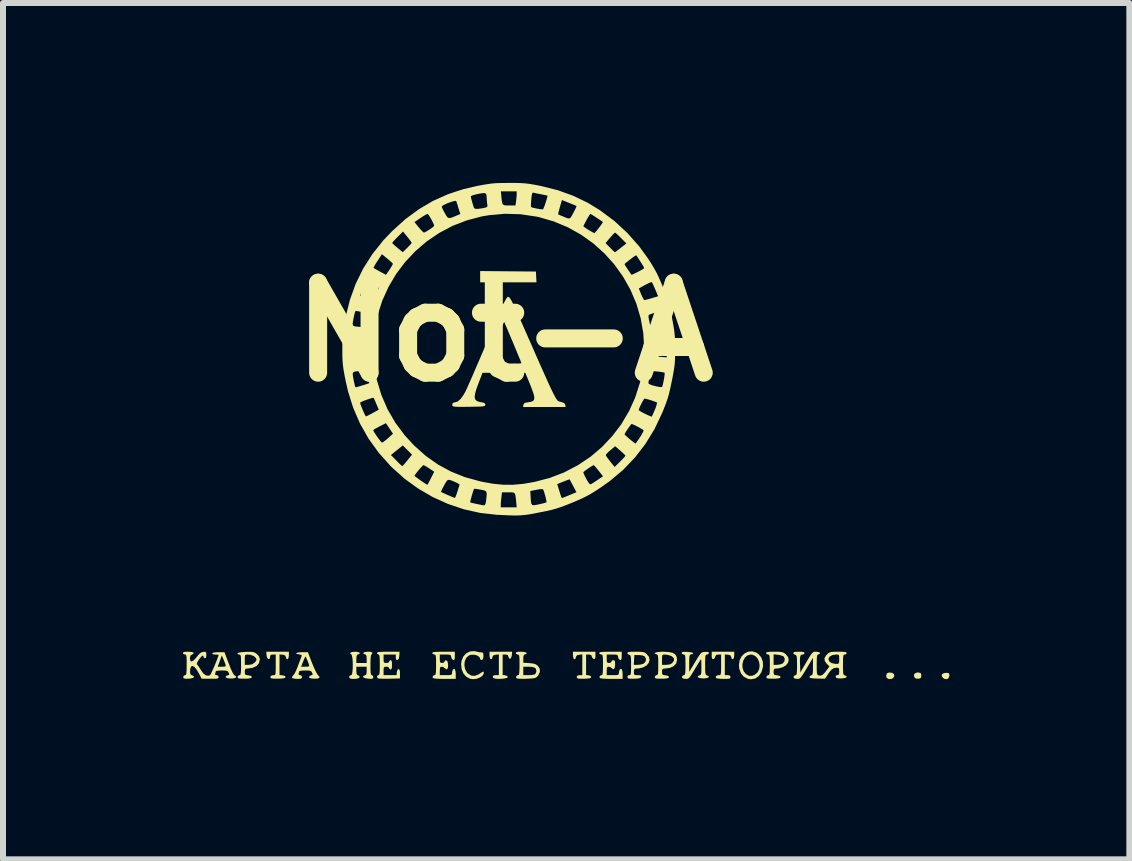
<source format=kicad_pcb>
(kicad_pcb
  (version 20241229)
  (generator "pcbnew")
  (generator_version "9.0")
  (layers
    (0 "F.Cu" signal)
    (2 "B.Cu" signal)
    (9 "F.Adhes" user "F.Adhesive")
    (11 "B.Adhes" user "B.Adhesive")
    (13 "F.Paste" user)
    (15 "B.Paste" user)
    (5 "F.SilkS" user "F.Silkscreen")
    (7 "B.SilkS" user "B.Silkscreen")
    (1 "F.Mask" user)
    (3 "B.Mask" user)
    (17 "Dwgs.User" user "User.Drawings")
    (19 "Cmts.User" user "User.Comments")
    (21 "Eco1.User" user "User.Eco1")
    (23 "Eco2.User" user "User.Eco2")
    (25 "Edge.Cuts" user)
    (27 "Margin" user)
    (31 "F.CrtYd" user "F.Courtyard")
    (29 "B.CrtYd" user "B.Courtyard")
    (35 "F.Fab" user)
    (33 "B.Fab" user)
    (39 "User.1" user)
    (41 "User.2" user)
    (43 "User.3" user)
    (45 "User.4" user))
  (footprint "Not-A"
    (layer "F.Cu")
    (at 5.361 2.485)
    (property "Reference" "Not-A" (at 0 0 0) (layer "F.SilkS") (effects (font (size 1.5 1.5) (thickness 0.3))))
    (attr board_only exclude_from_pos_files exclude_from_bom)
    (fp_poly (pts (xy 0.059 -1.012) (xy 0.524 -1.008) (xy 0.528 -0.918) (xy 0.533 -0.828) (xy 0.063 -0.828) (xy -0.406 -0.828) (xy -0.406 -0.922) (xy -0.406 -1.016)) (stroke (width 0) (type solid)) (fill yes) (layer "F.SilkS"))
    (fp_poly (pts (xy 7.4 5.685) (xy 7.414 5.699) (xy 7.417 5.727) (xy 7.405 5.768) (xy 7.376 5.788) (xy 7.337 5.784) (xy 7.312 5.768) (xy 7.288 5.736) (xy 7.293 5.708) (xy 7.322 5.688) (xy 7.364 5.682)) (stroke (width 0) (type solid)) (fill yes) (layer "F.SilkS"))
    (fp_poly (pts (xy 6.464 5.683) (xy 6.492 5.704) (xy 6.499 5.735) (xy 6.481 5.766) (xy 6.46 5.781) (xy 6.42 5.787) (xy 6.396 5.782) (xy 6.369 5.763) (xy 6.364 5.729) (xy 6.365 5.725) (xy 6.374 5.693) (xy 6.4 5.68) (xy 6.418 5.677)) (stroke (width 0) (type solid)) (fill yes) (layer "F.SilkS"))
    (fp_poly (pts (xy 6.902 5.677) (xy 6.935 5.685) (xy 6.947 5.707) (xy 6.948 5.729) (xy 6.944 5.762) (xy 6.925 5.776) (xy 6.898 5.78) (xy 6.856 5.777) (xy 6.833 5.756) (xy 6.832 5.755) (xy 6.826 5.718) (xy 6.844 5.689) (xy 6.883 5.676)) (stroke (width 0) (type solid)) (fill yes) (layer "F.SilkS"))
    (fp_poly (pts (xy 0.122 5.389) (xy 0.112 5.428) (xy 0.095 5.447) (xy 0.077 5.443) (xy 0.066 5.414) (xy 0.065 5.412) (xy 0.054 5.386) (xy 0.024 5.377) (xy 0.015 5.377) (xy -0.031 5.377) (xy -0.031 5.548) (xy -0.031 5.719) (xy 0.012 5.724) (xy 0.045 5.735) (xy 0.055 5.752) (xy 0.041 5.766) (xy 0.005 5.775) (xy -0.045 5.781) (xy -0.098 5.783) (xy -0.147 5.78) (xy -0.181 5.771) (xy -0.192 5.762) (xy -0.195 5.736) (xy -0.173 5.723) (xy -0.138 5.721) (xy -0.094 5.721) (xy -0.094 5.548) (xy -0.094 5.375) (xy -0.145 5.38) (xy -0.183 5.389) (xy -0.199 5.411) (xy -0.2 5.42) (xy -0.211 5.451) (xy -0.227 5.457) (xy -0.242 5.439) (xy -0.25 5.402) (xy -0.25 5.393) (xy -0.25 5.33) (xy -0.062 5.33) (xy 0.127 5.33)) (stroke (width 0) (type solid)) (fill yes) (layer "F.SilkS"))
    (fp_poly (pts (xy 1.516 5.394) (xy 1.514 5.435) (xy 1.504 5.451) (xy 1.489 5.452) (xy 1.465 5.434) (xy 1.456 5.412) (xy 1.445 5.386) (xy 1.415 5.377) (xy 1.406 5.377) (xy 1.36 5.377) (xy 1.36 5.548) (xy 1.36 5.719) (xy 1.403 5.724) (xy 1.436 5.735) (xy 1.446 5.752) (xy 1.439 5.765) (xy 1.413 5.774) (xy 1.364 5.779) (xy 1.336 5.78) (xy 1.28 5.781) (xy 1.236 5.779) (xy 1.215 5.774) (xy 1.215 5.774) (xy 1.202 5.747) (xy 1.217 5.728) (xy 1.25 5.721) (xy 1.297 5.721) (xy 1.297 5.548) (xy 1.297 5.375) (xy 1.247 5.38) (xy 1.209 5.389) (xy 1.192 5.411) (xy 1.191 5.42) (xy 1.18 5.451) (xy 1.164 5.457) (xy 1.149 5.439) (xy 1.141 5.402) (xy 1.141 5.393) (xy 1.141 5.33) (xy 1.329 5.33) (xy 1.516 5.33)) (stroke (width 0) (type solid)) (fill yes) (layer "F.SilkS"))
    (fp_poly (pts (xy 4.197 5.344) (xy 4.229 5.365) (xy 4.28 5.424) (xy 4.307 5.498) (xy 4.309 5.581) (xy 4.285 5.667) (xy 4.284 5.669) (xy 4.24 5.735) (xy 4.181 5.776) (xy 4.111 5.79) (xy 4.058 5.783) (xy 3.99 5.748) (xy 3.941 5.69) (xy 3.913 5.612) (xy 3.908 5.552) (xy 3.91 5.54) (xy 3.966 5.54) (xy 3.969 5.603) (xy 3.99 5.661) (xy 4.028 5.705) (xy 4.077 5.732) (xy 4.127 5.732) (xy 4.171 5.714) (xy 4.218 5.675) (xy 4.245 5.622) (xy 4.253 5.561) (xy 4.244 5.5) (xy 4.22 5.444) (xy 4.181 5.402) (xy 4.129 5.379) (xy 4.106 5.377) (xy 4.052 5.391) (xy 4.009 5.427) (xy 3.98 5.479) (xy 3.966 5.54) (xy 3.91 5.54) (xy 3.92 5.472) (xy 3.953 5.407) (xy 4.003 5.358) (xy 4.064 5.329) (xy 4.13 5.324)) (stroke (width 0) (type solid)) (fill yes) (layer "F.SilkS"))
    (fp_poly (pts (xy -0.467 5.328) (xy -0.422 5.338) (xy -0.385 5.341) (xy -0.383 5.341) (xy -0.363 5.344) (xy -0.354 5.362) (xy -0.352 5.4) (xy -0.356 5.444) (xy -0.369 5.464) (xy -0.379 5.468) (xy -0.402 5.462) (xy -0.406 5.449) (xy -0.42 5.417) (xy -0.456 5.393) (xy -0.504 5.38) (xy -0.555 5.38) (xy -0.595 5.393) (xy -0.638 5.432) (xy -0.663 5.489) (xy -0.669 5.554) (xy -0.658 5.619) (xy -0.627 5.676) (xy -0.611 5.693) (xy -0.555 5.728) (xy -0.497 5.733) (xy -0.433 5.709) (xy -0.416 5.697) (xy -0.374 5.67) (xy -0.352 5.661) (xy -0.345 5.669) (xy -0.347 5.693) (xy -0.366 5.73) (xy -0.409 5.76) (xy -0.464 5.781) (xy -0.525 5.788) (xy -0.571 5.782) (xy -0.636 5.748) (xy -0.685 5.693) (xy -0.715 5.62) (xy -0.723 5.537) (xy -0.716 5.481) (xy -0.686 5.409) (xy -0.637 5.356) (xy -0.574 5.325) (xy -0.502 5.32)) (stroke (width 0) (type solid)) (fill yes) (layer "F.SilkS"))
    (fp_poly (pts (xy -3.595 5.393) (xy -3.601 5.433) (xy -3.615 5.455) (xy -3.631 5.454) (xy -3.643 5.428) (xy -3.645 5.42) (xy -3.657 5.393) (xy -3.688 5.381) (xy -3.701 5.38) (xy -3.751 5.375) (xy -3.751 5.547) (xy -3.751 5.719) (xy -3.701 5.724) (xy -3.662 5.734) (xy -3.65 5.752) (xy -3.657 5.765) (xy -3.681 5.773) (xy -3.727 5.778) (xy -3.77 5.78) (xy -3.833 5.78) (xy -3.879 5.776) (xy -3.899 5.768) (xy -3.899 5.768) (xy -3.903 5.742) (xy -3.88 5.725) (xy -3.852 5.721) (xy -3.835 5.72) (xy -3.824 5.714) (xy -3.818 5.696) (xy -3.815 5.663) (xy -3.814 5.607) (xy -3.814 5.549) (xy -3.814 5.377) (xy -3.861 5.377) (xy -3.894 5.381) (xy -3.907 5.399) (xy -3.908 5.417) (xy -3.913 5.447) (xy -3.933 5.453) (xy -3.935 5.452) (xy -3.956 5.436) (xy -3.967 5.393) (xy -3.967 5.389) (xy -3.972 5.33) (xy -3.784 5.33) (xy -3.595 5.33)) (stroke (width 0) (type solid)) (fill yes) (layer "F.SilkS"))
    (fp_poly (pts (xy 3.83 5.393) (xy 3.824 5.433) (xy 3.81 5.455) (xy 3.794 5.454) (xy 3.781 5.428) (xy 3.78 5.42) (xy 3.768 5.393) (xy 3.736 5.381) (xy 3.724 5.38) (xy 3.673 5.375) (xy 3.673 5.548) (xy 3.673 5.721) (xy 3.72 5.721) (xy 3.754 5.726) (xy 3.767 5.744) (xy 3.767 5.752) (xy 3.764 5.768) (xy 3.752 5.778) (xy 3.722 5.782) (xy 3.67 5.783) (xy 3.651 5.783) (xy 3.593 5.781) (xy 3.549 5.776) (xy 3.526 5.769) (xy 3.525 5.768) (xy 3.522 5.742) (xy 3.545 5.725) (xy 3.573 5.721) (xy 3.589 5.72) (xy 3.6 5.714) (xy 3.607 5.696) (xy 3.61 5.663) (xy 3.611 5.607) (xy 3.611 5.549) (xy 3.611 5.377) (xy 3.565 5.377) (xy 3.53 5.383) (xy 3.515 5.405) (xy 3.514 5.412) (xy 3.499 5.442) (xy 3.482 5.452) (xy 3.464 5.45) (xy 3.456 5.43) (xy 3.454 5.394) (xy 3.454 5.33) (xy 3.642 5.33) (xy 3.83 5.33)) (stroke (width 0) (type solid)) (fill yes) (layer "F.SilkS"))
    (fp_poly (pts (xy 0.324 5.334) (xy 0.358 5.342) (xy 0.372 5.354) (xy 0.362 5.366) (xy 0.345 5.372) (xy 0.324 5.384) (xy 0.314 5.409) (xy 0.313 5.447) (xy 0.313 5.514) (xy 0.414 5.52) (xy 0.477 5.527) (xy 0.52 5.54) (xy 0.552 5.562) (xy 0.554 5.564) (xy 0.587 5.613) (xy 0.59 5.667) (xy 0.563 5.723) (xy 0.556 5.732) (xy 0.537 5.752) (xy 0.517 5.765) (xy 0.488 5.773) (xy 0.444 5.777) (xy 0.377 5.78) (xy 0.363 5.781) (xy 0.28 5.782) (xy 0.224 5.779) (xy 0.198 5.771) (xy 0.196 5.769) (xy 0.193 5.742) (xy 0.214 5.723) (xy 0.228 5.721) (xy 0.238 5.715) (xy 0.244 5.695) (xy 0.248 5.656) (xy 0.248 5.651) (xy 0.313 5.651) (xy 0.313 5.721) (xy 0.403 5.721) (xy 0.456 5.718) (xy 0.497 5.71) (xy 0.513 5.702) (xy 0.528 5.672) (xy 0.531 5.651) (xy 0.523 5.614) (xy 0.496 5.592) (xy 0.446 5.582) (xy 0.403 5.58) (xy 0.313 5.58) (xy 0.313 5.651) (xy 0.248 5.651) (xy 0.25 5.593) (xy 0.25 5.549) (xy 0.25 5.474) (xy 0.248 5.424) (xy 0.244 5.395) (xy 0.236 5.381) (xy 0.225 5.377) (xy 0.219 5.377) (xy 0.193 5.367) (xy 0.188 5.354) (xy 0.195 5.339) (xy 0.223 5.332) (xy 0.273 5.33)) (stroke (width 0) (type solid)) (fill yes) (layer "F.SilkS"))
    (fp_poly (pts (xy 2.737 5.335) (xy 2.804 5.349) (xy 2.847 5.376) (xy 2.87 5.417) (xy 2.876 5.469) (xy 2.862 5.525) (xy 2.822 5.57) (xy 2.759 5.599) (xy 2.678 5.611) (xy 2.669 5.611) (xy 2.64 5.615) (xy 2.628 5.632) (xy 2.626 5.665) (xy 2.628 5.701) (xy 2.642 5.717) (xy 2.676 5.723) (xy 2.685 5.724) (xy 2.728 5.733) (xy 2.743 5.752) (xy 2.743 5.752) (xy 2.736 5.765) (xy 2.711 5.774) (xy 2.663 5.779) (xy 2.631 5.78) (xy 2.57 5.78) (xy 2.527 5.776) (xy 2.509 5.768) (xy 2.507 5.742) (xy 2.527 5.723) (xy 2.541 5.721) (xy 2.551 5.715) (xy 2.558 5.695) (xy 2.562 5.656) (xy 2.563 5.593) (xy 2.563 5.551) (xy 2.563 5.476) (xy 2.563 5.463) (xy 2.626 5.463) (xy 2.626 5.463) (xy 2.626 5.549) (xy 2.696 5.549) (xy 2.757 5.542) (xy 2.797 5.519) (xy 2.798 5.518) (xy 2.826 5.476) (xy 2.823 5.439) (xy 2.79 5.407) (xy 2.761 5.394) (xy 2.712 5.381) (xy 2.672 5.377) (xy 2.646 5.379) (xy 2.632 5.388) (xy 2.627 5.414) (xy 2.626 5.463) (xy 2.563 5.463) (xy 2.561 5.426) (xy 2.557 5.397) (xy 2.549 5.381) (xy 2.536 5.374) (xy 2.531 5.372) (xy 2.504 5.361) (xy 2.505 5.35) (xy 2.53 5.34) (xy 2.576 5.333) (xy 2.639 5.33) (xy 2.643 5.33)) (stroke (width 0) (type solid)) (fill yes) (layer "F.SilkS"))
    (fp_poly (pts (xy 2.257 5.331) (xy 2.303 5.335) (xy 2.334 5.343) (xy 2.358 5.357) (xy 2.367 5.365) (xy 2.407 5.415) (xy 2.418 5.467) (xy 2.404 5.516) (xy 2.368 5.559) (xy 2.312 5.591) (xy 2.239 5.609) (xy 2.2 5.611) (xy 2.171 5.615) (xy 2.159 5.632) (xy 2.157 5.666) (xy 2.159 5.701) (xy 2.17 5.717) (xy 2.2 5.721) (xy 2.221 5.721) (xy 2.262 5.723) (xy 2.278 5.733) (xy 2.279 5.748) (xy 2.27 5.764) (xy 2.247 5.773) (xy 2.201 5.779) (xy 2.172 5.78) (xy 2.118 5.781) (xy 2.077 5.778) (xy 2.059 5.774) (xy 2.047 5.747) (xy 2.06 5.726) (xy 2.079 5.721) (xy 2.093 5.719) (xy 2.102 5.709) (xy 2.107 5.686) (xy 2.109 5.644) (xy 2.11 5.578) (xy 2.11 5.555) (xy 2.11 5.549) (xy 2.155 5.549) (xy 2.223 5.549) (xy 2.274 5.543) (xy 2.317 5.529) (xy 2.326 5.525) (xy 2.353 5.49) (xy 2.358 5.448) (xy 2.339 5.411) (xy 2.335 5.407) (xy 2.305 5.394) (xy 2.259 5.387) (xy 2.238 5.386) (xy 2.165 5.385) (xy 2.16 5.467) (xy 2.155 5.549) (xy 2.11 5.549) (xy 2.11 5.481) (xy 2.108 5.433) (xy 2.103 5.404) (xy 2.095 5.389) (xy 2.081 5.382) (xy 2.079 5.382) (xy 2.053 5.366) (xy 2.048 5.352) (xy 2.055 5.341) (xy 2.079 5.334) (xy 2.126 5.331) (xy 2.187 5.33)) (stroke (width 0) (type solid)) (fill yes) (layer "F.SilkS"))
    (fp_poly (pts (xy 4.569 5.331) (xy 4.615 5.335) (xy 4.646 5.343) (xy 4.672 5.358) (xy 4.688 5.371) (xy 4.727 5.418) (xy 4.738 5.469) (xy 4.725 5.517) (xy 4.689 5.559) (xy 4.634 5.591) (xy 4.563 5.609) (xy 4.523 5.611) (xy 4.498 5.616) (xy 4.488 5.636) (xy 4.486 5.665) (xy 4.489 5.701) (xy 4.502 5.717) (xy 4.536 5.723) (xy 4.545 5.724) (xy 4.588 5.733) (xy 4.603 5.752) (xy 4.603 5.752) (xy 4.596 5.765) (xy 4.571 5.774) (xy 4.523 5.779) (xy 4.491 5.78) (xy 4.43 5.78) (xy 4.387 5.776) (xy 4.369 5.768) (xy 4.367 5.742) (xy 4.387 5.723) (xy 4.401 5.721) (xy 4.411 5.715) (xy 4.418 5.695) (xy 4.422 5.656) (xy 4.423 5.593) (xy 4.424 5.549) (xy 4.423 5.474) (xy 4.423 5.461) (xy 4.486 5.461) (xy 4.486 5.549) (xy 4.545 5.549) (xy 4.594 5.542) (xy 4.636 5.527) (xy 4.639 5.525) (xy 4.666 5.49) (xy 4.672 5.448) (xy 4.654 5.412) (xy 4.65 5.408) (xy 4.621 5.395) (xy 4.575 5.383) (xy 4.556 5.381) (xy 4.486 5.373) (xy 4.486 5.461) (xy 4.423 5.461) (xy 4.421 5.424) (xy 4.417 5.395) (xy 4.41 5.381) (xy 4.398 5.377) (xy 4.392 5.377) (xy 4.367 5.367) (xy 4.361 5.354) (xy 4.366 5.342) (xy 4.387 5.335) (xy 4.427 5.331) (xy 4.492 5.33) (xy 4.5 5.33)) (stroke (width 0) (type solid)) (fill yes) (layer "F.SilkS"))
    (fp_poly (pts (xy -4.201 5.334) (xy -4.171 5.341) (xy -4.146 5.356) (xy -4.128 5.37) (xy -4.093 5.408) (xy -4.08 5.45) (xy -4.08 5.465) (xy -4.094 5.523) (xy -4.134 5.568) (xy -4.197 5.598) (xy -4.278 5.611) (xy -4.293 5.611) (xy -4.318 5.616) (xy -4.328 5.636) (xy -4.33 5.665) (xy -4.327 5.701) (xy -4.314 5.717) (xy -4.279 5.723) (xy -4.271 5.724) (xy -4.227 5.733) (xy -4.212 5.752) (xy -4.212 5.752) (xy -4.22 5.765) (xy -4.245 5.774) (xy -4.293 5.779) (xy -4.324 5.78) (xy -4.385 5.78) (xy -4.428 5.776) (xy -4.447 5.768) (xy -4.449 5.742) (xy -4.429 5.723) (xy -4.415 5.721) (xy -4.405 5.715) (xy -4.398 5.695) (xy -4.394 5.656) (xy -4.392 5.593) (xy -4.392 5.549) (xy -4.393 5.474) (xy -4.393 5.463) (xy -4.33 5.463) (xy -4.33 5.463) (xy -4.33 5.549) (xy -4.266 5.549) (xy -4.21 5.541) (xy -4.167 5.512) (xy -4.164 5.51) (xy -4.139 5.48) (xy -4.136 5.455) (xy -4.142 5.439) (xy -4.178 5.403) (xy -4.235 5.382) (xy -4.284 5.377) (xy -4.31 5.379) (xy -4.324 5.388) (xy -4.329 5.414) (xy -4.33 5.463) (xy -4.393 5.463) (xy -4.394 5.424) (xy -4.398 5.396) (xy -4.406 5.382) (xy -4.417 5.377) (xy -4.425 5.377) (xy -4.449 5.37) (xy -4.451 5.357) (xy -4.431 5.346) (xy -4.382 5.338) (xy -4.311 5.333) (xy -4.245 5.332)) (stroke (width 0) (type solid)) (fill yes) (layer "F.SilkS"))
    (fp_poly (pts (xy -1.754 5.396) (xy -1.761 5.443) (xy -1.777 5.465) (xy -1.786 5.468) (xy -1.805 5.464) (xy -1.813 5.439) (xy -1.813 5.425) (xy -1.813 5.377) (xy -1.915 5.377) (xy -2.016 5.377) (xy -2.016 5.447) (xy -2.015 5.491) (xy -2.007 5.511) (xy -1.987 5.517) (xy -1.969 5.518) (xy -1.932 5.511) (xy -1.923 5.494) (xy -1.91 5.473) (xy -1.899 5.471) (xy -1.884 5.479) (xy -1.877 5.508) (xy -1.876 5.549) (xy -1.878 5.598) (xy -1.887 5.622) (xy -1.899 5.627) (xy -1.92 5.615) (xy -1.923 5.604) (xy -1.937 5.585) (xy -1.969 5.58) (xy -1.998 5.582) (xy -2.012 5.594) (xy -2.016 5.624) (xy -2.016 5.651) (xy -2.016 5.721) (xy -1.908 5.721) (xy -1.8 5.721) (xy -1.795 5.67) (xy -1.784 5.631) (xy -1.766 5.619) (xy -1.752 5.628) (xy -1.744 5.657) (xy -1.743 5.697) (xy -1.743 5.776) (xy -1.923 5.78) (xy -1.996 5.781) (xy -2.056 5.78) (xy -2.098 5.777) (xy -2.115 5.773) (xy -2.126 5.748) (xy -2.117 5.726) (xy -2.102 5.721) (xy -2.092 5.716) (xy -2.085 5.698) (xy -2.081 5.662) (xy -2.079 5.603) (xy -2.079 5.549) (xy -2.08 5.472) (xy -2.082 5.421) (xy -2.087 5.392) (xy -2.095 5.379) (xy -2.102 5.377) (xy -2.123 5.364) (xy -2.126 5.354) (xy -2.121 5.343) (xy -2.104 5.337) (xy -2.069 5.333) (xy -2.013 5.331) (xy -1.937 5.33) (xy -1.749 5.33)) (stroke (width 0) (type solid)) (fill yes) (layer "F.SilkS"))
    (fp_poly (pts (xy -3.209 5.518) (xy -3.176 5.597) (xy -3.146 5.662) (xy -3.12 5.707) (xy -3.106 5.724) (xy -3.084 5.75) (xy -3.091 5.769) (xy -3.124 5.779) (xy -3.182 5.78) (xy -3.183 5.78) (xy -3.232 5.774) (xy -3.256 5.762) (xy -3.259 5.752) (xy -3.246 5.732) (xy -3.225 5.724) (xy -3.201 5.717) (xy -3.2 5.699) (xy -3.208 5.681) (xy -3.22 5.66) (xy -3.239 5.648) (xy -3.274 5.644) (xy -3.324 5.643) (xy -3.375 5.645) (xy -3.411 5.65) (xy -3.423 5.657) (xy -3.428 5.683) (xy -3.433 5.696) (xy -3.432 5.716) (xy -3.409 5.721) (xy -3.382 5.731) (xy -3.376 5.752) (xy -3.38 5.771) (xy -3.398 5.78) (xy -3.437 5.783) (xy -3.453 5.783) (xy -3.5 5.78) (xy -3.534 5.772) (xy -3.542 5.766) (xy -3.539 5.744) (xy -3.522 5.723) (xy -3.509 5.708) (xy -3.494 5.684) (xy -3.476 5.646) (xy -3.453 5.589) (xy -3.449 5.58) (xy -3.391 5.58) (xy -3.32 5.58) (xy -3.277 5.579) (xy -3.258 5.572) (xy -3.257 5.557) (xy -3.26 5.546) (xy -3.276 5.5) (xy -3.294 5.457) (xy -3.31 5.424) (xy -3.32 5.41) (xy -3.321 5.41) (xy -3.329 5.427) (xy -3.345 5.464) (xy -3.359 5.498) (xy -3.391 5.58) (xy -3.449 5.58) (xy -3.423 5.512) (xy -3.384 5.408) (xy -3.38 5.398) (xy -3.389 5.383) (xy -3.424 5.374) (xy -3.426 5.374) (xy -3.464 5.367) (xy -3.475 5.358) (xy -3.461 5.348) (xy -3.427 5.341) (xy -3.374 5.338) (xy -3.278 5.338)) (stroke (width 0) (type solid)) (fill yes) (layer "F.SilkS"))
    (fp_poly (pts (xy -0.828 5.402) (xy -0.83 5.446) (xy -0.838 5.465) (xy -0.854 5.468) (xy -0.856 5.468) (xy -0.879 5.449) (xy -0.888 5.42) (xy -0.893 5.396) (xy -0.905 5.383) (xy -0.932 5.378) (xy -0.982 5.377) (xy -0.986 5.377) (xy -1.079 5.377) (xy -1.079 5.447) (xy -1.077 5.491) (xy -1.069 5.511) (xy -1.05 5.517) (xy -1.039 5.518) (xy -1.008 5.509) (xy -1 5.493) (xy -0.989 5.474) (xy -0.973 5.474) (xy -0.952 5.49) (xy -0.942 5.53) (xy -0.941 5.539) (xy -0.942 5.588) (xy -0.954 5.618) (xy -0.973 5.624) (xy -0.991 5.608) (xy -1.023 5.585) (xy -1.045 5.58) (xy -1.066 5.584) (xy -1.076 5.602) (xy -1.078 5.641) (xy -1.079 5.651) (xy -1.079 5.721) (xy -0.977 5.721) (xy -0.922 5.72) (xy -0.892 5.716) (xy -0.878 5.706) (xy -0.875 5.688) (xy -0.875 5.686) (xy -0.869 5.648) (xy -0.861 5.629) (xy -0.842 5.613) (xy -0.827 5.625) (xy -0.816 5.661) (xy -0.813 5.706) (xy -0.813 5.783) (xy -0.999 5.783) (xy -1.077 5.782) (xy -1.14 5.779) (xy -1.181 5.773) (xy -1.196 5.768) (xy -1.198 5.742) (xy -1.177 5.723) (xy -1.164 5.721) (xy -1.153 5.715) (xy -1.147 5.695) (xy -1.143 5.656) (xy -1.141 5.593) (xy -1.141 5.549) (xy -1.141 5.474) (xy -1.143 5.424) (xy -1.147 5.395) (xy -1.155 5.381) (xy -1.166 5.377) (xy -1.172 5.377) (xy -1.198 5.367) (xy -1.204 5.354) (xy -1.199 5.343) (xy -1.182 5.337) (xy -1.147 5.333) (xy -1.09 5.331) (xy -1.016 5.33) (xy -0.828 5.33)) (stroke (width 0) (type solid)) (fill yes) (layer "F.SilkS"))
    (fp_poly (pts (xy 1.954 5.402) (xy 1.952 5.446) (xy 1.944 5.465) (xy 1.928 5.468) (xy 1.926 5.468) (xy 1.903 5.449) (xy 1.894 5.42) (xy 1.89 5.396) (xy 1.878 5.383) (xy 1.851 5.378) (xy 1.801 5.377) (xy 1.796 5.377) (xy 1.704 5.377) (xy 1.704 5.447) (xy 1.705 5.491) (xy 1.713 5.511) (xy 1.732 5.517) (xy 1.743 5.518) (xy 1.774 5.51) (xy 1.782 5.494) (xy 1.795 5.475) (xy 1.813 5.471) (xy 1.833 5.475) (xy 1.842 5.495) (xy 1.844 5.537) (xy 1.844 5.54) (xy 1.839 5.591) (xy 1.825 5.62) (xy 1.806 5.621) (xy 1.79 5.606) (xy 1.759 5.585) (xy 1.737 5.58) (xy 1.716 5.584) (xy 1.707 5.602) (xy 1.704 5.641) (xy 1.704 5.651) (xy 1.704 5.721) (xy 1.805 5.721) (xy 1.86 5.72) (xy 1.891 5.716) (xy 1.904 5.706) (xy 1.907 5.688) (xy 1.907 5.686) (xy 1.913 5.648) (xy 1.921 5.629) (xy 1.94 5.613) (xy 1.956 5.625) (xy 1.966 5.661) (xy 1.969 5.706) (xy 1.969 5.783) (xy 1.783 5.783) (xy 1.705 5.782) (xy 1.643 5.779) (xy 1.601 5.773) (xy 1.587 5.768) (xy 1.584 5.742) (xy 1.605 5.723) (xy 1.619 5.721) (xy 1.629 5.715) (xy 1.636 5.695) (xy 1.639 5.656) (xy 1.641 5.593) (xy 1.641 5.549) (xy 1.641 5.474) (xy 1.639 5.424) (xy 1.635 5.395) (xy 1.628 5.381) (xy 1.616 5.377) (xy 1.61 5.377) (xy 1.585 5.367) (xy 1.579 5.354) (xy 1.583 5.343) (xy 1.601 5.337) (xy 1.635 5.333) (xy 1.692 5.331) (xy 1.766 5.33) (xy 1.954 5.33)) (stroke (width 0) (type solid)) (fill yes) (layer "F.SilkS"))
    (fp_poly (pts (xy -2.227 5.333) (xy -2.207 5.344) (xy -2.204 5.354) (xy -2.212 5.374) (xy -2.22 5.377) (xy -2.227 5.392) (xy -2.232 5.434) (xy -2.235 5.5) (xy -2.235 5.549) (xy -2.235 5.626) (xy -2.232 5.677) (xy -2.227 5.706) (xy -2.219 5.719) (xy -2.212 5.721) (xy -2.193 5.734) (xy -2.188 5.753) (xy -2.192 5.772) (xy -2.206 5.78) (xy -2.241 5.782) (xy -2.269 5.78) (xy -2.319 5.773) (xy -2.351 5.76) (xy -2.36 5.745) (xy -2.344 5.73) (xy -2.331 5.726) (xy -2.309 5.715) (xy -2.3 5.69) (xy -2.298 5.649) (xy -2.298 5.58) (xy -2.384 5.58) (xy -2.47 5.58) (xy -2.47 5.649) (xy -2.467 5.694) (xy -2.456 5.717) (xy -2.438 5.725) (xy -2.416 5.741) (xy -2.417 5.758) (xy -2.436 5.773) (xy -2.475 5.782) (xy -2.521 5.784) (xy -2.562 5.78) (xy -2.586 5.769) (xy -2.587 5.768) (xy -2.589 5.742) (xy -2.569 5.723) (xy -2.555 5.721) (xy -2.543 5.707) (xy -2.536 5.669) (xy -2.531 5.615) (xy -2.53 5.553) (xy -2.531 5.49) (xy -2.536 5.434) (xy -2.545 5.392) (xy -2.556 5.371) (xy -2.557 5.371) (xy -2.575 5.357) (xy -2.567 5.344) (xy -2.537 5.334) (xy -2.493 5.33) (xy -2.448 5.334) (xy -2.419 5.344) (xy -2.411 5.357) (xy -2.429 5.37) (xy -2.437 5.372) (xy -2.458 5.383) (xy -2.468 5.408) (xy -2.47 5.449) (xy -2.47 5.518) (xy -2.384 5.518) (xy -2.298 5.518) (xy -2.298 5.449) (xy -2.3 5.404) (xy -2.311 5.381) (xy -2.331 5.372) (xy -2.355 5.36) (xy -2.352 5.347) (xy -2.327 5.336) (xy -2.285 5.33) (xy -2.273 5.33)) (stroke (width 0) (type solid)) (fill yes) (layer "F.SilkS"))
    (fp_poly (pts (xy 3.052 5.333) (xy 3.104 5.339) (xy 3.137 5.348) (xy 3.148 5.359) (xy 3.132 5.37) (xy 3.111 5.374) (xy 3.096 5.379) (xy 3.087 5.392) (xy 3.082 5.418) (xy 3.08 5.465) (xy 3.079 5.523) (xy 3.079 5.666) (xy 3.178 5.502) (xy 3.219 5.433) (xy 3.249 5.387) (xy 3.272 5.358) (xy 3.292 5.343) (xy 3.313 5.336) (xy 3.341 5.333) (xy 3.342 5.333) (xy 3.385 5.333) (xy 3.404 5.341) (xy 3.408 5.353) (xy 3.394 5.373) (xy 3.376 5.377) (xy 3.363 5.379) (xy 3.354 5.389) (xy 3.348 5.411) (xy 3.346 5.452) (xy 3.345 5.517) (xy 3.345 5.547) (xy 3.345 5.622) (xy 3.347 5.672) (xy 3.352 5.701) (xy 3.36 5.717) (xy 3.372 5.724) (xy 3.378 5.726) (xy 3.406 5.739) (xy 3.406 5.753) (xy 3.384 5.766) (xy 3.343 5.774) (xy 3.314 5.776) (xy 3.264 5.771) (xy 3.231 5.761) (xy 3.218 5.747) (xy 3.231 5.733) (xy 3.25 5.726) (xy 3.266 5.719) (xy 3.275 5.704) (xy 3.281 5.676) (xy 3.282 5.626) (xy 3.282 5.586) (xy 3.282 5.527) (xy 3.28 5.481) (xy 3.277 5.457) (xy 3.276 5.455) (xy 3.266 5.468) (xy 3.244 5.502) (xy 3.213 5.553) (xy 3.175 5.616) (xy 3.173 5.619) (xy 3.132 5.688) (xy 3.102 5.735) (xy 3.08 5.763) (xy 3.061 5.777) (xy 3.041 5.783) (xy 3.024 5.783) (xy 2.985 5.779) (xy 2.963 5.769) (xy 2.962 5.768) (xy 2.96 5.742) (xy 2.98 5.723) (xy 2.994 5.721) (xy 3.004 5.715) (xy 3.011 5.695) (xy 3.015 5.656) (xy 3.017 5.593) (xy 3.017 5.549) (xy 3.016 5.474) (xy 3.015 5.424) (xy 3.011 5.395) (xy 3.003 5.381) (xy 2.991 5.377) (xy 2.985 5.377) (xy 2.96 5.367) (xy 2.954 5.353) (xy 2.96 5.339) (xy 2.981 5.333) (xy 3.023 5.332)) (stroke (width 0) (type solid)) (fill yes) (layer "F.SilkS"))
    (fp_poly (pts (xy 0.071 -0.584) (xy 0.082 -0.575) (xy 0.094 -0.559) (xy 0.111 -0.531) (xy 0.132 -0.491) (xy 0.158 -0.437) (xy 0.192 -0.365) (xy 0.233 -0.274) (xy 0.283 -0.162) (xy 0.343 -0.026) (xy 0.414 0.135) (xy 0.445 0.205) (xy 0.528 0.395) (xy 0.6 0.558) (xy 0.662 0.696) (xy 0.714 0.812) (xy 0.757 0.906) (xy 0.793 0.982) (xy 0.822 1.041) (xy 0.846 1.086) (xy 0.865 1.117) (xy 0.88 1.137) (xy 0.891 1.149) (xy 0.894 1.151) (xy 0.921 1.161) (xy 0.96 1.171) (xy 0.999 1.188) (xy 1.013 1.216) (xy 1.018 1.25) (xy 0.664 1.25) (xy 0.31 1.25) (xy 0.315 1.215) (xy 0.324 1.193) (xy 0.346 1.18) (xy 0.39 1.172) (xy 0.396 1.171) (xy 0.444 1.163) (xy 0.477 1.149) (xy 0.494 1.125) (xy 0.497 1.087) (xy 0.485 1.032) (xy 0.458 0.956) (xy 0.424 0.868) (xy 0.347 0.68) (xy -0.01 0.68) (xy -0.367 0.68) (xy -0.433 0.852) (xy -0.47 0.953) (xy -0.491 1.03) (xy -0.498 1.086) (xy -0.488 1.125) (xy -0.462 1.15) (xy -0.418 1.166) (xy -0.386 1.171) (xy -0.343 1.18) (xy -0.324 1.195) (xy -0.32 1.211) (xy -0.322 1.223) (xy -0.329 1.231) (xy -0.347 1.237) (xy -0.379 1.241) (xy -0.429 1.244) (xy -0.503 1.245) (xy -0.59 1.247) (xy -0.691 1.248) (xy -0.764 1.248) (xy -0.814 1.246) (xy -0.846 1.242) (xy -0.863 1.236) (xy -0.869 1.228) (xy -0.87 1.194) (xy -0.845 1.175) (xy -0.822 1.172) (xy -0.778 1.157) (xy -0.731 1.115) (xy -0.682 1.047) (xy -0.652 0.993) (xy -0.636 0.96) (xy -0.61 0.902) (xy -0.574 0.821) (xy -0.53 0.721) (xy -0.48 0.604) (xy -0.441 0.514) (xy -0.292 0.514) (xy -0.286 0.521) (xy -0.268 0.526) (xy -0.235 0.529) (xy -0.182 0.531) (xy -0.106 0.531) (xy -0.009 0.531) (xy 0.082 0.531) (xy 0.162 0.529) (xy 0.225 0.526) (xy 0.266 0.523) (xy 0.281 0.519) (xy 0.281 0.519) (xy 0.276 0.503) (xy 0.26 0.462) (xy 0.235 0.403) (xy 0.205 0.33) (xy 0.171 0.248) (xy 0.135 0.161) (xy 0.099 0.076) (xy 0.065 -0.004) (xy 0.036 -0.073) (xy 0.012 -0.127) (xy -0.002 -0.16) (xy -0.007 -0.168) (xy -0.013 -0.155) (xy -0.03 -0.119) (xy -0.054 -0.063) (xy -0.084 0.008) (xy -0.118 0.088) (xy -0.154 0.173) (xy -0.19 0.258) (xy -0.223 0.339) (xy -0.252 0.41) (xy -0.275 0.466) (xy -0.29 0.503) (xy -0.29 0.504) (xy -0.292 0.514) (xy -0.441 0.514) (xy -0.424 0.475) (xy -0.364 0.336) (xy -0.302 0.19) (xy -0.288 0.156) (xy -0.217 -0.01) (xy -0.157 -0.15) (xy -0.107 -0.265) (xy -0.066 -0.359) (xy -0.033 -0.433) (xy -0.007 -0.489) (xy 0.014 -0.53) (xy 0.03 -0.558) (xy 0.043 -0.575) (xy 0.053 -0.584) (xy 0.062 -0.586) (xy 0.063 -0.586)) (stroke (width 0) (type solid)) (fill yes) (layer "F.SilkS"))
    (fp_poly (pts (xy -5.221 5.334) (xy -5.188 5.343) (xy -5.18 5.356) (xy -5.2 5.372) (xy -5.209 5.375) (xy -5.235 5.393) (xy -5.244 5.427) (xy -5.245 5.442) (xy -5.237 5.482) (xy -5.218 5.494) (xy -5.187 5.478) (xy -5.145 5.435) (xy -5.13 5.416) (xy -5.091 5.369) (xy -5.058 5.343) (xy -5.023 5.333) (xy -5.021 5.333) (xy -4.987 5.332) (xy -4.974 5.344) (xy -4.971 5.377) (xy -4.971 5.384) (xy -4.975 5.425) (xy -4.991 5.439) (xy -4.994 5.44) (xy -5.015 5.427) (xy -5.017 5.416) (xy -5.024 5.395) (xy -5.043 5.4) (xy -5.074 5.433) (xy -5.095 5.462) (xy -5.122 5.507) (xy -5.13 5.535) (xy -5.126 5.541) (xy -5.11 5.56) (xy -5.086 5.597) (xy -5.063 5.634) (xy -5.019 5.695) (xy -4.974 5.727) (xy -4.927 5.729) (xy -4.91 5.721) (xy -4.898 5.704) (xy -4.879 5.665) (xy -4.855 5.612) (xy -4.841 5.58) (xy -4.781 5.58) (xy -4.711 5.58) (xy -4.668 5.579) (xy -4.649 5.572) (xy -4.648 5.556) (xy -4.651 5.545) (xy -4.665 5.508) (xy -4.684 5.46) (xy -4.688 5.451) (xy -4.713 5.392) (xy -4.747 5.486) (xy -4.781 5.58) (xy -4.841 5.58) (xy -4.829 5.551) (xy -4.804 5.49) (xy -4.783 5.436) (xy -4.77 5.398) (xy -4.767 5.383) (xy -4.781 5.379) (xy -4.815 5.377) (xy -4.823 5.377) (xy -4.863 5.373) (xy -4.873 5.359) (xy -4.873 5.357) (xy -4.853 5.345) (xy -4.802 5.339) (xy -4.768 5.338) (xy -4.669 5.338) (xy -4.597 5.528) (xy -4.562 5.617) (xy -4.534 5.678) (xy -4.512 5.714) (xy -4.496 5.727) (xy -4.475 5.742) (xy -4.474 5.755) (xy -4.492 5.768) (xy -4.529 5.776) (xy -4.573 5.777) (xy -4.615 5.772) (xy -4.644 5.762) (xy -4.65 5.752) (xy -4.637 5.732) (xy -4.616 5.724) (xy -4.592 5.717) (xy -4.591 5.699) (xy -4.599 5.681) (xy -4.611 5.66) (xy -4.63 5.648) (xy -4.665 5.644) (xy -4.715 5.643) (xy -4.766 5.645) (xy -4.802 5.65) (xy -4.814 5.657) (xy -4.819 5.683) (xy -4.824 5.696) (xy -4.823 5.716) (xy -4.8 5.721) (xy -4.773 5.731) (xy -4.767 5.752) (xy -4.77 5.766) (xy -4.781 5.775) (xy -4.807 5.78) (xy -4.853 5.781) (xy -4.909 5.781) (xy -5.05 5.78) (xy -5.089 5.703) (xy -5.13 5.632) (xy -5.167 5.587) (xy -5.198 5.567) (xy -5.223 5.574) (xy -5.238 5.609) (xy -5.24 5.623) (xy -5.243 5.676) (xy -5.235 5.707) (xy -5.213 5.723) (xy -5.202 5.726) (xy -5.18 5.741) (xy -5.177 5.755) (xy -5.196 5.768) (xy -5.234 5.777) (xy -5.28 5.781) (xy -5.322 5.78) (xy -5.35 5.772) (xy -5.353 5.769) (xy -5.356 5.742) (xy -5.335 5.723) (xy -5.321 5.721) (xy -5.311 5.715) (xy -5.305 5.695) (xy -5.301 5.656) (xy -5.299 5.593) (xy -5.299 5.549) (xy -5.299 5.474) (xy -5.301 5.424) (xy -5.305 5.395) (xy -5.312 5.381) (xy -5.324 5.377) (xy -5.33 5.377) (xy -5.356 5.367) (xy -5.361 5.354) (xy -5.354 5.339) (xy -5.326 5.332) (xy -5.276 5.33)) (stroke (width 0) (type solid)) (fill yes) (layer "F.SilkS"))
    (fp_poly (pts (xy 5.632 5.331) (xy 5.675 5.334) (xy 5.698 5.341) (xy 5.705 5.352) (xy 5.705 5.354) (xy 5.692 5.373) (xy 5.674 5.377) (xy 5.66 5.379) (xy 5.651 5.389) (xy 5.646 5.411) (xy 5.643 5.452) (xy 5.643 5.517) (xy 5.643 5.547) (xy 5.643 5.622) (xy 5.645 5.672) (xy 5.649 5.701) (xy 5.657 5.717) (xy 5.67 5.724) (xy 5.676 5.726) (xy 5.703 5.739) (xy 5.704 5.753) (xy 5.682 5.766) (xy 5.641 5.774) (xy 5.61 5.776) (xy 5.559 5.774) (xy 5.532 5.766) (xy 5.521 5.751) (xy 5.521 5.748) (xy 5.526 5.726) (xy 5.548 5.721) (xy 5.569 5.716) (xy 5.578 5.696) (xy 5.58 5.658) (xy 5.578 5.618) (xy 5.568 5.6) (xy 5.544 5.596) (xy 5.54 5.596) (xy 5.495 5.602) (xy 5.456 5.625) (xy 5.418 5.668) (xy 5.394 5.703) (xy 5.345 5.78) (xy 5.218 5.778) (xy 5.146 5.775) (xy 5.103 5.768) (xy 5.084 5.757) (xy 5.084 5.755) (xy 5.091 5.736) (xy 5.11 5.726) (xy 5.125 5.719) (xy 5.135 5.706) (xy 5.14 5.679) (xy 5.142 5.632) (xy 5.142 5.574) (xy 5.142 5.432) (xy 5.037 5.608) (xy 4.994 5.679) (xy 4.962 5.728) (xy 4.939 5.759) (xy 4.92 5.776) (xy 4.901 5.782) (xy 4.882 5.783) (xy 4.844 5.779) (xy 4.822 5.768) (xy 4.822 5.768) (xy 4.82 5.742) (xy 4.84 5.723) (xy 4.854 5.721) (xy 4.865 5.715) (xy 4.871 5.695) (xy 4.875 5.655) (xy 4.877 5.591) (xy 4.877 5.555) (xy 4.876 5.481) (xy 4.874 5.433) (xy 4.87 5.404) (xy 4.861 5.389) (xy 4.848 5.382) (xy 4.846 5.382) (xy 4.82 5.366) (xy 4.814 5.352) (xy 4.823 5.339) (xy 4.854 5.332) (xy 4.908 5.33) (xy 4.963 5.332) (xy 4.992 5.338) (xy 5.002 5.351) (xy 5.002 5.354) (xy 4.989 5.373) (xy 4.97 5.377) (xy 4.948 5.38) (xy 4.935 5.394) (xy 4.927 5.424) (xy 4.925 5.474) (xy 4.927 5.547) (xy 4.932 5.675) (xy 5.033 5.503) (xy 5.075 5.432) (xy 5.105 5.384) (xy 5.128 5.354) (xy 5.146 5.338) (xy 5.166 5.331) (xy 5.189 5.33) (xy 5.192 5.33) (xy 5.234 5.335) (xy 5.258 5.346) (xy 5.261 5.36) (xy 5.238 5.372) (xy 5.223 5.378) (xy 5.214 5.39) (xy 5.208 5.414) (xy 5.206 5.457) (xy 5.205 5.523) (xy 5.205 5.549) (xy 5.205 5.623) (xy 5.207 5.672) (xy 5.212 5.702) (xy 5.22 5.717) (xy 5.233 5.724) (xy 5.239 5.726) (xy 5.273 5.729) (xy 5.304 5.715) (xy 5.339 5.68) (xy 5.368 5.642) (xy 5.417 5.575) (xy 5.373 5.532) (xy 5.339 5.485) (xy 5.336 5.455) (xy 5.4 5.455) (xy 5.415 5.493) (xy 5.454 5.52) (xy 5.512 5.532) (xy 5.529 5.533) (xy 5.559 5.532) (xy 5.574 5.522) (xy 5.58 5.496) (xy 5.58 5.455) (xy 5.579 5.409) (xy 5.573 5.386) (xy 5.556 5.378) (xy 5.529 5.377) (xy 5.467 5.386) (xy 5.422 5.41) (xy 5.401 5.445) (xy 5.4 5.455) (xy 5.336 5.455) (xy 5.334 5.44) (xy 5.36 5.393) (xy 5.376 5.376) (xy 5.399 5.354) (xy 5.422 5.341) (xy 5.452 5.333) (xy 5.498 5.331) (xy 5.563 5.33)) (stroke (width 0) (type solid)) (fill yes) (layer "F.SilkS"))
    (fp_poly (pts (xy 0.184 -2.485) (xy 0.269 -2.483) (xy 0.341 -2.478) (xy 0.412 -2.47) (xy 0.49 -2.457) (xy 0.584 -2.439) (xy 0.619 -2.432) (xy 0.891 -2.363) (xy 1.146 -2.271) (xy 1.389 -2.154) (xy 1.594 -2.028) (xy 1.832 -1.851) (xy 2.05 -1.649) (xy 2.246 -1.427) (xy 2.376 -1.249) (xy 2.442 -1.149) (xy 2.494 -1.062) (xy 2.539 -0.98) (xy 2.581 -0.89) (xy 2.627 -0.783) (xy 2.634 -0.765) (xy 2.677 -0.657) (xy 2.71 -0.567) (xy 2.736 -0.484) (xy 2.758 -0.397) (xy 2.78 -0.294) (xy 2.792 -0.237) (xy 2.812 -0.129) (xy 2.827 -0.042) (xy 2.836 0.035) (xy 2.842 0.11) (xy 2.844 0.193) (xy 2.845 0.287) (xy 2.844 0.384) (xy 2.842 0.464) (xy 2.837 0.535) (xy 2.828 0.607) (xy 2.814 0.689) (xy 2.795 0.789) (xy 2.789 0.818) (xy 2.765 0.932) (xy 2.743 1.025) (xy 2.72 1.108) (xy 2.691 1.19) (xy 2.656 1.282) (xy 2.628 1.35) (xy 2.501 1.618) (xy 2.35 1.865) (xy 2.175 2.092) (xy 1.976 2.3) (xy 1.753 2.487) (xy 1.619 2.582) (xy 1.518 2.649) (xy 1.432 2.702) (xy 1.35 2.746) (xy 1.261 2.789) (xy 1.155 2.834) (xy 1.127 2.846) (xy 1.024 2.887) (xy 0.938 2.919) (xy 0.859 2.945) (xy 0.778 2.967) (xy 0.685 2.988) (xy 0.582 3.008) (xy 0.486 3.027) (xy 0.407 3.041) (xy 0.338 3.05) (xy 0.272 3.056) (xy 0.204 3.059) (xy 0.126 3.058) (xy 0.033 3.055) (xy -0.082 3.049) (xy -0.133 3.047) (xy -0.406 3.016) (xy -0.677 2.956) (xy -0.775 2.923) (xy -0.063 2.923) (xy 0.07 2.923) (xy 0.203 2.923) (xy 0.195 2.833) (xy 0.187 2.761) (xy 0.18 2.715) (xy 0.168 2.688) (xy 0.146 2.676) (xy 0.111 2.673) (xy 0.064 2.673) (xy -0.043 2.673) (xy -0.052 2.755) (xy -0.058 2.811) (xy -0.062 2.862) (xy -0.062 2.88) (xy -0.063 2.923) (xy -0.775 2.923) (xy -0.941 2.867) (xy -1.001 2.84) (xy -0.573 2.84) (xy -0.556 2.846) (xy -0.518 2.855) (xy -0.468 2.866) (xy -0.416 2.877) (xy -0.371 2.886) (xy -0.343 2.89) (xy -0.342 2.89) (xy -0.326 2.883) (xy -0.314 2.854) (xy -0.307 2.81) (xy -0.299 2.738) (xy -0.297 2.69) (xy -0.304 2.662) (xy -0.318 2.651) (xy 0.43 2.651) (xy 0.435 2.744) (xy 0.439 2.815) (xy 0.446 2.86) (xy 0.461 2.883) (xy 0.491 2.888) (xy 0.541 2.88) (xy 0.591 2.869) (xy 0.643 2.857) (xy 0.682 2.846) (xy 0.699 2.839) (xy 0.699 2.821) (xy 0.692 2.783) (xy 0.68 2.734) (xy 0.666 2.685) (xy 0.652 2.644) (xy 0.641 2.622) (xy 0.622 2.619) (xy 0.581 2.622) (xy 0.531 2.631) (xy 0.43 2.651) (xy -0.318 2.651) (xy -0.325 2.646) (xy -0.361 2.635) (xy -0.4 2.628) (xy -0.453 2.619) (xy -0.492 2.614) (xy -0.508 2.614) (xy -0.508 2.614) (xy -0.515 2.631) (xy -0.527 2.668) (xy -0.542 2.716) (xy -0.556 2.767) (xy -0.567 2.809) (xy -0.573 2.836) (xy -0.573 2.84) (xy -1.001 2.84) (xy -1.197 2.751) (xy -1.345 2.665) (xy -1.059 2.665) (xy -1.059 2.666) (xy -1.043 2.675) (xy -1.007 2.691) (xy -0.959 2.712) (xy -0.908 2.734) (xy -0.864 2.753) (xy -0.834 2.764) (xy -0.828 2.766) (xy -0.819 2.753) (xy -0.804 2.717) (xy -0.787 2.666) (xy -0.785 2.66) (xy -0.768 2.606) (xy -0.755 2.565) (xy -0.75 2.544) (xy -0.75 2.544) (xy -0.763 2.532) (xy -0.796 2.514) (xy -0.819 2.503) (xy -0.88 2.477) (xy -0.92 2.464) (xy -0.947 2.468) (xy -0.969 2.491) (xy -0.995 2.535) (xy -1.007 2.557) (xy -1.034 2.607) (xy -1.052 2.646) (xy -1.059 2.665) (xy -1.345 2.665) (xy -1.441 2.609) (xy -1.67 2.443) (xy -1.719 2.398) (xy -1.501 2.398) (xy -1.489 2.409) (xy -1.458 2.432) (xy -1.417 2.462) (xy -1.371 2.494) (xy -1.329 2.522) (xy -1.298 2.542) (xy -1.286 2.548) (xy -1.278 2.535) (xy -1.259 2.501) (xy -1.234 2.452) (xy -1.227 2.439) (xy -1.172 2.33) (xy -1.254 2.275) (xy -1.299 2.246) (xy -1.335 2.226) (xy -1.352 2.22) (xy -1.368 2.232) (xy -1.395 2.261) (xy -1.429 2.3) (xy -1.462 2.34) (xy -1.488 2.375) (xy -1.5 2.396) (xy -1.501 2.398) (xy -1.719 2.398) (xy -1.881 2.253) (xy -1.901 2.233) (xy -2.063 2.051) (xy -1.894 2.051) (xy -1.803 2.143) (xy -1.761 2.186) (xy -1.727 2.218) (xy -1.707 2.234) (xy -1.704 2.235) (xy -1.691 2.224) (xy -1.664 2.194) (xy -1.628 2.151) (xy -1.619 2.14) (xy -1.542 2.045) (xy -1.619 1.968) (xy -1.696 1.891) (xy -1.795 1.971) (xy -1.894 2.051) (xy -2.063 2.051) (xy -2.098 2.012) (xy -2.266 1.779) (xy -2.347 1.636) (xy -2.188 1.636) (xy -2.18 1.658) (xy -2.158 1.694) (xy -2.128 1.739) (xy -2.096 1.783) (xy -2.067 1.82) (xy -2.047 1.841) (xy -2.042 1.844) (xy -2.022 1.834) (xy -1.987 1.808) (xy -1.944 1.772) (xy -1.942 1.77) (xy -1.859 1.696) (xy -1.918 1.608) (xy -1.977 1.52) (xy -2.083 1.573) (xy -2.133 1.6) (xy -2.171 1.622) (xy -2.188 1.635) (xy -2.188 1.636) (xy -2.347 1.636) (xy -2.407 1.531) (xy -2.521 1.268) (xy -2.55 1.178) (xy -2.407 1.178) (xy -2.402 1.202) (xy -2.387 1.243) (xy -2.367 1.292) (xy -2.346 1.341) (xy -2.327 1.381) (xy -2.313 1.404) (xy -2.31 1.407) (xy -2.292 1.4) (xy -2.254 1.381) (xy -2.204 1.355) (xy -2.198 1.351) (xy -2.096 1.295) (xy -2.137 1.199) (xy -2.158 1.149) (xy -2.174 1.113) (xy -2.181 1.098) (xy -2.197 1.098) (xy -2.233 1.108) (xy -2.28 1.123) (xy -2.33 1.141) (xy -2.373 1.158) (xy -2.401 1.172) (xy -2.407 1.178) (xy -2.55 1.178) (xy -2.609 0.989) (xy -2.648 0.817) (xy -2.668 0.719) (xy -2.53 0.719) (xy -2.52 0.776) (xy -2.516 0.8) (xy -2.502 0.863) (xy -2.493 0.901) (xy -2.485 0.919) (xy -2.48 0.922) (xy -2.462 0.918) (xy -2.424 0.907) (xy -2.371 0.891) (xy -2.366 0.889) (xy -2.313 0.873) (xy -2.274 0.86) (xy -2.256 0.854) (xy -2.256 0.854) (xy -2.257 0.838) (xy -2.263 0.802) (xy -2.273 0.755) (xy -2.284 0.708) (xy -2.294 0.669) (xy -2.301 0.648) (xy -2.301 0.648) (xy -2.32 0.645) (xy -2.36 0.646) (xy -2.415 0.65) (xy -2.42 0.651) (xy -2.479 0.657) (xy -2.513 0.666) (xy -2.529 0.685) (xy -2.53 0.719) (xy -2.668 0.719) (xy -2.669 0.711) (xy -2.684 0.626) (xy -2.694 0.553) (xy -2.7 0.482) (xy -2.703 0.405) (xy -2.704 0.312) (xy -2.704 0.28) (xy -2.704 0.277) (xy -2.563 0.277) (xy -2.563 0.406) (xy -2.497 0.406) (xy -2.438 0.404) (xy -2.379 0.397) (xy -2.372 0.396) (xy -2.313 0.387) (xy -2.313 0.281) (xy -2.188 0.281) (xy -2.173 0.545) (xy -2.128 0.802) (xy -2.053 1.05) (xy -1.95 1.288) (xy -1.819 1.514) (xy -1.661 1.725) (xy -1.506 1.893) (xy -1.312 2.066) (xy -1.109 2.209) (xy -0.894 2.326) (xy -0.662 2.419) (xy -0.412 2.488) (xy -0.383 2.495) (xy -0.197 2.529) (xy -0.026 2.546) (xy 0.139 2.547) (xy 0.263 2.536) (xy 0.879 2.536) (xy 0.908 2.631) (xy 0.928 2.696) (xy 0.941 2.736) (xy 0.95 2.757) (xy 0.957 2.766) (xy 0.961 2.767) (xy 0.979 2.761) (xy 1.017 2.746) (xy 1.07 2.725) (xy 1.084 2.719) (xy 1.199 2.671) (xy 1.144 2.566) (xy 1.117 2.516) (xy 1.097 2.477) (xy 1.086 2.458) (xy 1.086 2.457) (xy 1.071 2.46) (xy 1.035 2.473) (xy 0.985 2.493) (xy 0.981 2.494) (xy 0.879 2.536) (xy 0.263 2.536) (xy 0.31 2.532) (xy 0.497 2.5) (xy 0.498 2.5) (xy 0.754 2.433) (xy 0.994 2.341) (xy 1.313 2.341) (xy 1.32 2.359) (xy 1.337 2.397) (xy 1.362 2.446) (xy 1.364 2.45) (xy 1.395 2.503) (xy 1.42 2.534) (xy 1.434 2.54) (xy 1.457 2.528) (xy 1.496 2.504) (xy 1.545 2.471) (xy 1.548 2.469) (xy 1.642 2.405) (xy 1.569 2.313) (xy 1.533 2.268) (xy 1.504 2.235) (xy 1.487 2.22) (xy 1.486 2.22) (xy 1.468 2.228) (xy 1.434 2.249) (xy 1.393 2.276) (xy 1.353 2.305) (xy 1.324 2.328) (xy 1.313 2.341) (xy 0.994 2.341) (xy 0.997 2.339) (xy 1.223 2.221) (xy 1.434 2.08) (xy 1.468 2.051) (xy 1.688 2.051) (xy 1.697 2.07) (xy 1.722 2.106) (xy 1.756 2.151) (xy 1.762 2.159) (xy 1.836 2.25) (xy 1.926 2.161) (xy 1.968 2.119) (xy 2 2.084) (xy 2.015 2.064) (xy 2.016 2.062) (xy 2.005 2.047) (xy 1.976 2.019) (xy 1.935 1.982) (xy 1.93 1.978) (xy 1.844 1.904) (xy 1.766 1.97) (xy 1.726 2.005) (xy 1.698 2.035) (xy 1.688 2.051) (xy 1.468 2.051) (xy 1.625 1.917) (xy 1.797 1.735) (xy 1.819 1.706) (xy 2.001 1.706) (xy 2.001 1.706) (xy 2.012 1.719) (xy 2.04 1.745) (xy 2.078 1.778) (xy 2.119 1.812) (xy 2.155 1.84) (xy 2.179 1.858) (xy 2.184 1.86) (xy 2.194 1.848) (xy 2.216 1.816) (xy 2.248 1.771) (xy 2.258 1.756) (xy 2.289 1.706) (xy 2.311 1.665) (xy 2.32 1.641) (xy 2.319 1.638) (xy 2.303 1.626) (xy 2.267 1.605) (xy 2.222 1.58) (xy 2.176 1.556) (xy 2.138 1.539) (xy 2.119 1.532) (xy 2.107 1.544) (xy 2.084 1.574) (xy 2.056 1.614) (xy 2.029 1.654) (xy 2.009 1.688) (xy 2.001 1.706) (xy 1.819 1.706) (xy 1.948 1.536) (xy 2.075 1.321) (xy 2.084 1.303) (xy 2.238 1.303) (xy 2.239 1.305) (xy 2.269 1.325) (xy 2.313 1.349) (xy 2.362 1.373) (xy 2.407 1.394) (xy 2.441 1.408) (xy 2.455 1.41) (xy 2.465 1.391) (xy 2.483 1.351) (xy 2.505 1.299) (xy 2.508 1.293) (xy 2.528 1.24) (xy 2.54 1.199) (xy 2.542 1.177) (xy 2.541 1.176) (xy 2.522 1.166) (xy 2.482 1.152) (xy 2.433 1.135) (xy 2.385 1.121) (xy 2.347 1.112) (xy 2.335 1.11) (xy 2.322 1.123) (xy 2.303 1.155) (xy 2.28 1.198) (xy 2.259 1.242) (xy 2.243 1.28) (xy 2.238 1.303) (xy 2.084 1.303) (xy 2.179 1.092) (xy 2.256 0.85) (xy 2.258 0.844) (xy 2.4 0.844) (xy 2.402 0.86) (xy 2.404 0.862) (xy 2.429 0.876) (xy 2.471 0.891) (xy 2.522 0.904) (xy 2.571 0.914) (xy 2.609 0.919) (xy 2.628 0.916) (xy 2.628 0.916) (xy 2.635 0.893) (xy 2.646 0.848) (xy 2.657 0.793) (xy 2.666 0.739) (xy 2.67 0.698) (xy 2.669 0.679) (xy 2.669 0.678) (xy 2.65 0.673) (xy 2.61 0.666) (xy 2.554 0.659) (xy 2.549 0.659) (xy 2.491 0.653) (xy 2.457 0.653) (xy 2.44 0.659) (xy 2.432 0.672) (xy 2.43 0.679) (xy 2.413 0.758) (xy 2.403 0.812) (xy 2.4 0.844) (xy 2.258 0.844) (xy 2.307 0.599) (xy 2.328 0.339) (xy 2.329 0.281) (xy 2.327 0.25) (xy 2.456 0.25) (xy 2.457 0.299) (xy 2.462 0.399) (xy 2.54 0.408) (xy 2.596 0.414) (xy 2.645 0.418) (xy 2.661 0.42) (xy 2.704 0.422) (xy 2.704 0.288) (xy 2.704 0.154) (xy 2.591 0.165) (xy 2.534 0.172) (xy 2.489 0.179) (xy 2.466 0.187) (xy 2.465 0.187) (xy 2.459 0.208) (xy 2.456 0.25) (xy 2.327 0.25) (xy 2.314 0.022) (xy 2.27 -0.23) (xy 2.26 -0.263) (xy 2.4 -0.263) (xy 2.404 -0.225) (xy 2.407 -0.211) (xy 2.418 -0.16) (xy 2.428 -0.114) (xy 2.429 -0.109) (xy 2.435 -0.088) (xy 2.446 -0.077) (xy 2.469 -0.074) (xy 2.513 -0.077) (xy 2.543 -0.08) (xy 2.6 -0.086) (xy 2.644 -0.091) (xy 2.667 -0.093) (xy 2.675 -0.104) (xy 2.674 -0.138) (xy 2.664 -0.199) (xy 2.662 -0.207) (xy 2.65 -0.265) (xy 2.64 -0.312) (xy 2.634 -0.338) (xy 2.634 -0.339) (xy 2.62 -0.346) (xy 2.586 -0.342) (xy 2.527 -0.327) (xy 2.521 -0.326) (xy 2.467 -0.309) (xy 2.425 -0.294) (xy 2.404 -0.284) (xy 2.404 -0.284) (xy 2.4 -0.263) (xy 2.26 -0.263) (xy 2.198 -0.473) (xy 2.1 -0.704) (xy 2.087 -0.726) (xy 2.239 -0.726) (xy 2.278 -0.629) (xy 2.3 -0.58) (xy 2.319 -0.545) (xy 2.332 -0.531) (xy 2.354 -0.536) (xy 2.396 -0.547) (xy 2.451 -0.563) (xy 2.454 -0.564) (xy 2.561 -0.596) (xy 2.514 -0.708) (xy 2.49 -0.763) (xy 2.47 -0.806) (xy 2.458 -0.829) (xy 2.456 -0.831) (xy 2.439 -0.829) (xy 2.402 -0.814) (xy 2.353 -0.789) (xy 2.342 -0.784) (xy 2.239 -0.726) (xy 2.087 -0.726) (xy 1.977 -0.922) (xy 1.832 -1.125) (xy 1.827 -1.131) (xy 2.001 -1.131) (xy 2.009 -1.115) (xy 2.029 -1.083) (xy 2.055 -1.043) (xy 2.083 -1.002) (xy 2.106 -0.97) (xy 2.119 -0.954) (xy 2.12 -0.953) (xy 2.135 -0.96) (xy 2.172 -0.977) (xy 2.221 -1.001) (xy 2.227 -1.004) (xy 2.277 -1.03) (xy 2.313 -1.052) (xy 2.329 -1.066) (xy 2.329 -1.067) (xy 2.321 -1.084) (xy 2.301 -1.118) (xy 2.273 -1.163) (xy 2.243 -1.21) (xy 2.215 -1.252) (xy 2.195 -1.28) (xy 2.182 -1.273) (xy 2.152 -1.253) (xy 2.112 -1.223) (xy 2.07 -1.191) (xy 2.033 -1.161) (xy 2.007 -1.139) (xy 2.001 -1.131) (xy 1.827 -1.131) (xy 1.665 -1.311) (xy 1.479 -1.478) (xy 1.472 -1.483) (xy 1.684 -1.483) (xy 1.76 -1.406) (xy 1.798 -1.367) (xy 1.827 -1.34) (xy 1.84 -1.329) (xy 1.84 -1.329) (xy 1.854 -1.338) (xy 1.886 -1.362) (xy 1.929 -1.396) (xy 1.938 -1.403) (xy 2.031 -1.477) (xy 1.942 -1.567) (xy 1.9 -1.609) (xy 1.865 -1.64) (xy 1.845 -1.656) (xy 1.843 -1.657) (xy 1.828 -1.646) (xy 1.8 -1.617) (xy 1.763 -1.575) (xy 1.758 -1.57) (xy 1.684 -1.483) (xy 1.472 -1.483) (xy 1.274 -1.624) (xy 1.053 -1.747) (xy 1.022 -1.76) (xy 1.315 -1.76) (xy 1.347 -1.737) (xy 1.389 -1.709) (xy 1.434 -1.682) (xy 1.473 -1.66) (xy 1.497 -1.65) (xy 1.501 -1.649) (xy 1.515 -1.664) (xy 1.543 -1.697) (xy 1.577 -1.741) (xy 1.579 -1.743) (xy 1.611 -1.786) (xy 1.633 -1.819) (xy 1.64 -1.834) (xy 1.64 -1.835) (xy 1.618 -1.85) (xy 1.58 -1.876) (xy 1.535 -1.905) (xy 1.491 -1.934) (xy 1.454 -1.957) (xy 1.434 -1.969) (xy 1.432 -1.969) (xy 1.421 -1.957) (xy 1.401 -1.925) (xy 1.375 -1.882) (xy 1.35 -1.836) (xy 1.329 -1.795) (xy 1.316 -1.767) (xy 1.315 -1.76) (xy 1.022 -1.76) (xy 0.817 -1.845) (xy 0.567 -1.917) (xy 0.531 -1.924) (xy 0.27 -1.963) (xy 0.894 -1.963) (xy 0.894 -1.961) (xy 0.91 -1.954) (xy 0.947 -1.938) (xy 0.993 -1.919) (xy 1.039 -1.9) (xy 1.071 -1.892) (xy 1.094 -1.899) (xy 1.114 -1.924) (xy 1.14 -1.971) (xy 1.158 -2.006) (xy 1.182 -2.053) (xy 1.197 -2.087) (xy 1.201 -2.101) (xy 1.185 -2.108) (xy 1.147 -2.124) (xy 1.095 -2.145) (xy 1.076 -2.153) (xy 0.957 -2.2) (xy 0.923 -2.083) (xy 0.908 -2.027) (xy 0.897 -1.985) (xy 0.894 -1.963) (xy 0.27 -1.963) (xy 0.269 -1.963) (xy 0.004 -1.971) (xy -0.261 -1.947) (xy -0.375 -1.928) (xy -0.626 -1.862) (xy -0.865 -1.77) (xy -1.088 -1.652) (xy -1.296 -1.511) (xy -1.486 -1.348) (xy -1.657 -1.166) (xy -1.807 -0.967) (xy -1.934 -0.752) (xy -2.038 -0.523) (xy -2.115 -0.283) (xy -2.166 -0.033) (xy -2.188 0.224) (xy -2.188 0.281) (xy -2.313 0.281) (xy -2.313 0.28) (xy -2.313 0.174) (xy -2.38 0.166) (xy -2.439 0.159) (xy -2.497 0.153) (xy -2.505 0.152) (xy -2.563 0.147) (xy -2.563 0.277) (xy -2.704 0.277) (xy -2.704 0.179) (xy -2.701 0.098) (xy -2.696 0.025) (xy -2.687 -0.047) (xy -2.674 -0.123) (xy -2.532 -0.123) (xy -2.525 -0.105) (xy -2.5 -0.095) (xy -2.458 -0.089) (xy -2.385 -0.084) (xy -2.336 -0.084) (xy -2.307 -0.092) (xy -2.29 -0.113) (xy -2.279 -0.147) (xy -2.272 -0.18) (xy -2.261 -0.231) (xy -2.254 -0.269) (xy -2.252 -0.284) (xy -2.265 -0.294) (xy -2.3 -0.308) (xy -2.347 -0.323) (xy -2.399 -0.337) (xy -2.445 -0.347) (xy -2.477 -0.351) (xy -2.485 -0.349) (xy -2.494 -0.327) (xy -2.505 -0.285) (xy -2.516 -0.233) (xy -2.526 -0.18) (xy -2.532 -0.137) (xy -2.532 -0.123) (xy -2.674 -0.123) (xy -2.673 -0.129) (xy -2.654 -0.23) (xy -2.649 -0.251) (xy -2.577 -0.537) (xy -2.554 -0.602) (xy -2.405 -0.602) (xy -2.389 -0.596) (xy -2.352 -0.583) (xy -2.304 -0.568) (xy -2.255 -0.552) (xy -2.213 -0.54) (xy -2.188 -0.533) (xy -2.186 -0.533) (xy -2.172 -0.543) (xy -2.168 -0.551) (xy -2.158 -0.576) (xy -2.141 -0.618) (xy -2.128 -0.652) (xy -2.095 -0.734) (xy -2.196 -0.79) (xy -2.247 -0.816) (xy -2.287 -0.834) (xy -2.309 -0.839) (xy -2.31 -0.838) (xy -2.321 -0.821) (xy -2.339 -0.785) (xy -2.36 -0.737) (xy -2.38 -0.686) (xy -2.396 -0.641) (xy -2.405 -0.611) (xy -2.405 -0.602) (xy -2.554 -0.602) (xy -2.48 -0.806) (xy -2.356 -1.058) (xy -2.347 -1.072) (xy -2.184 -1.072) (xy -2.184 -1.069) (xy -2.169 -1.059) (xy -2.135 -1.04) (xy -2.091 -1.015) (xy -2.044 -0.99) (xy -2.004 -0.968) (xy -1.98 -0.956) (xy -1.976 -0.954) (xy -1.967 -0.966) (xy -1.946 -0.997) (xy -1.917 -1.039) (xy -1.888 -1.085) (xy -1.868 -1.12) (xy -1.861 -1.137) (xy -1.873 -1.152) (xy -1.903 -1.18) (xy -1.945 -1.217) (xy -1.953 -1.223) (xy -2.044 -1.297) (xy -2.117 -1.186) (xy -2.15 -1.135) (xy -2.173 -1.095) (xy -2.184 -1.072) (xy -2.347 -1.072) (xy -2.204 -1.297) (xy -2.056 -1.483) (xy -1.872 -1.483) (xy -1.859 -1.469) (xy -1.828 -1.44) (xy -1.785 -1.404) (xy -1.782 -1.401) (xy -1.696 -1.33) (xy -1.622 -1.403) (xy -1.584 -1.442) (xy -1.557 -1.472) (xy -1.547 -1.487) (xy -1.557 -1.503) (xy -1.581 -1.537) (xy -1.615 -1.581) (xy -1.62 -1.587) (xy -1.692 -1.675) (xy -1.784 -1.584) (xy -1.826 -1.541) (xy -1.857 -1.507) (xy -1.871 -1.486) (xy -1.872 -1.483) (xy -2.056 -1.483) (xy -2.025 -1.523) (xy -1.873 -1.682) (xy -1.706 -1.833) (xy -1.502 -1.833) (xy -1.43 -1.745) (xy -1.393 -1.702) (xy -1.362 -1.671) (xy -1.344 -1.657) (xy -1.343 -1.657) (xy -1.323 -1.665) (xy -1.286 -1.686) (xy -1.251 -1.708) (xy -1.209 -1.737) (xy -1.181 -1.76) (xy -1.173 -1.771) (xy -1.179 -1.794) (xy -1.197 -1.833) (xy -1.221 -1.879) (xy -1.246 -1.922) (xy -1.268 -1.956) (xy -1.282 -1.969) (xy -1.282 -1.969) (xy -1.302 -1.961) (xy -1.34 -1.94) (xy -1.389 -1.909) (xy -1.4 -1.901) (xy -1.502 -1.833) (xy -1.706 -1.833) (xy -1.656 -1.879) (xy -1.43 -2.045) (xy -1.353 -2.091) (xy -1.047 -2.091) (xy -1.04 -2.07) (xy -1.022 -2.031) (xy -0.996 -1.983) (xy -0.969 -1.935) (xy -0.947 -1.908) (xy -0.92 -1.899) (xy -0.883 -1.906) (xy -0.827 -1.929) (xy -0.808 -1.937) (xy -0.737 -1.967) (xy -0.768 -2.066) (xy -0.784 -2.12) (xy -0.798 -2.162) (xy -0.805 -2.184) (xy -0.821 -2.187) (xy -0.857 -2.179) (xy -0.904 -2.164) (xy -0.955 -2.145) (xy -1.001 -2.124) (xy -1.035 -2.104) (xy -1.047 -2.091) (xy -1.353 -2.091) (xy -1.195 -2.184) (xy -1.025 -2.26) (xy -0.563 -2.26) (xy -0.558 -2.237) (xy -0.547 -2.195) (xy -0.533 -2.144) (xy -0.518 -2.095) (xy -0.508 -2.065) (xy -0.487 -2.054) (xy -0.442 -2.053) (xy -0.375 -2.062) (xy -0.315 -2.074) (xy -0.29 -2.085) (xy -0.284 -2.108) (xy -0.284 -2.109) (xy 0.44 -2.109) (xy 0.442 -2.085) (xy 0.443 -2.084) (xy 0.463 -2.075) (xy 0.503 -2.065) (xy 0.551 -2.055) (xy 0.598 -2.048) (xy 0.632 -2.045) (xy 0.643 -2.047) (xy 0.652 -2.065) (xy 0.668 -2.105) (xy 0.686 -2.158) (xy 0.687 -2.162) (xy 0.704 -2.215) (xy 0.714 -2.254) (xy 0.717 -2.273) (xy 0.717 -2.273) (xy 0.7 -2.278) (xy 0.66 -2.286) (xy 0.61 -2.296) (xy 0.553 -2.307) (xy 0.507 -2.317) (xy 0.483 -2.323) (xy 0.469 -2.322) (xy 0.46 -2.306) (xy 0.452 -2.27) (xy 0.446 -2.211) (xy 0.442 -2.153) (xy 0.44 -2.109) (xy -0.284 -2.109) (xy -0.288 -2.13) (xy -0.294 -2.179) (xy -0.297 -2.233) (xy -0.299 -2.278) (xy -0.309 -2.305) (xy -0.332 -2.316) (xy -0.373 -2.314) (xy -0.439 -2.302) (xy -0.442 -2.302) (xy -0.498 -2.289) (xy -0.541 -2.275) (xy -0.562 -2.263) (xy -0.563 -2.26) (xy -1.025 -2.26) (xy -0.946 -2.296) (xy -0.798 -2.345) (xy -0.061 -2.345) (xy -0.053 -2.263) (xy -0.046 -2.193) (xy -0.038 -2.148) (xy -0.025 -2.124) (xy -0.002 -2.113) (xy 0.037 -2.11) (xy 0.076 -2.11) (xy 0.183 -2.11) (xy 0.193 -2.183) (xy 0.199 -2.238) (xy 0.203 -2.288) (xy 0.203 -2.3) (xy 0.203 -2.345) (xy 0.071 -2.345) (xy -0.061 -2.345) (xy -0.798 -2.345) (xy -0.683 -2.382) (xy -0.471 -2.432) (xy -0.366 -2.452) (xy -0.281 -2.466) (xy -0.207 -2.476) (xy -0.133 -2.482) (xy -0.051 -2.484) (xy 0.05 -2.485) (xy 0.077 -2.485)) (stroke (width 0) (type solid)) (fill yes) (layer "F.SilkS")))
  (gr_rect
    (start -3 -3)
    (end 15.778 11.276)
    (stroke (width 0.1) (type default))
    (fill no)
    (layer "Edge.Cuts")))
</source>
